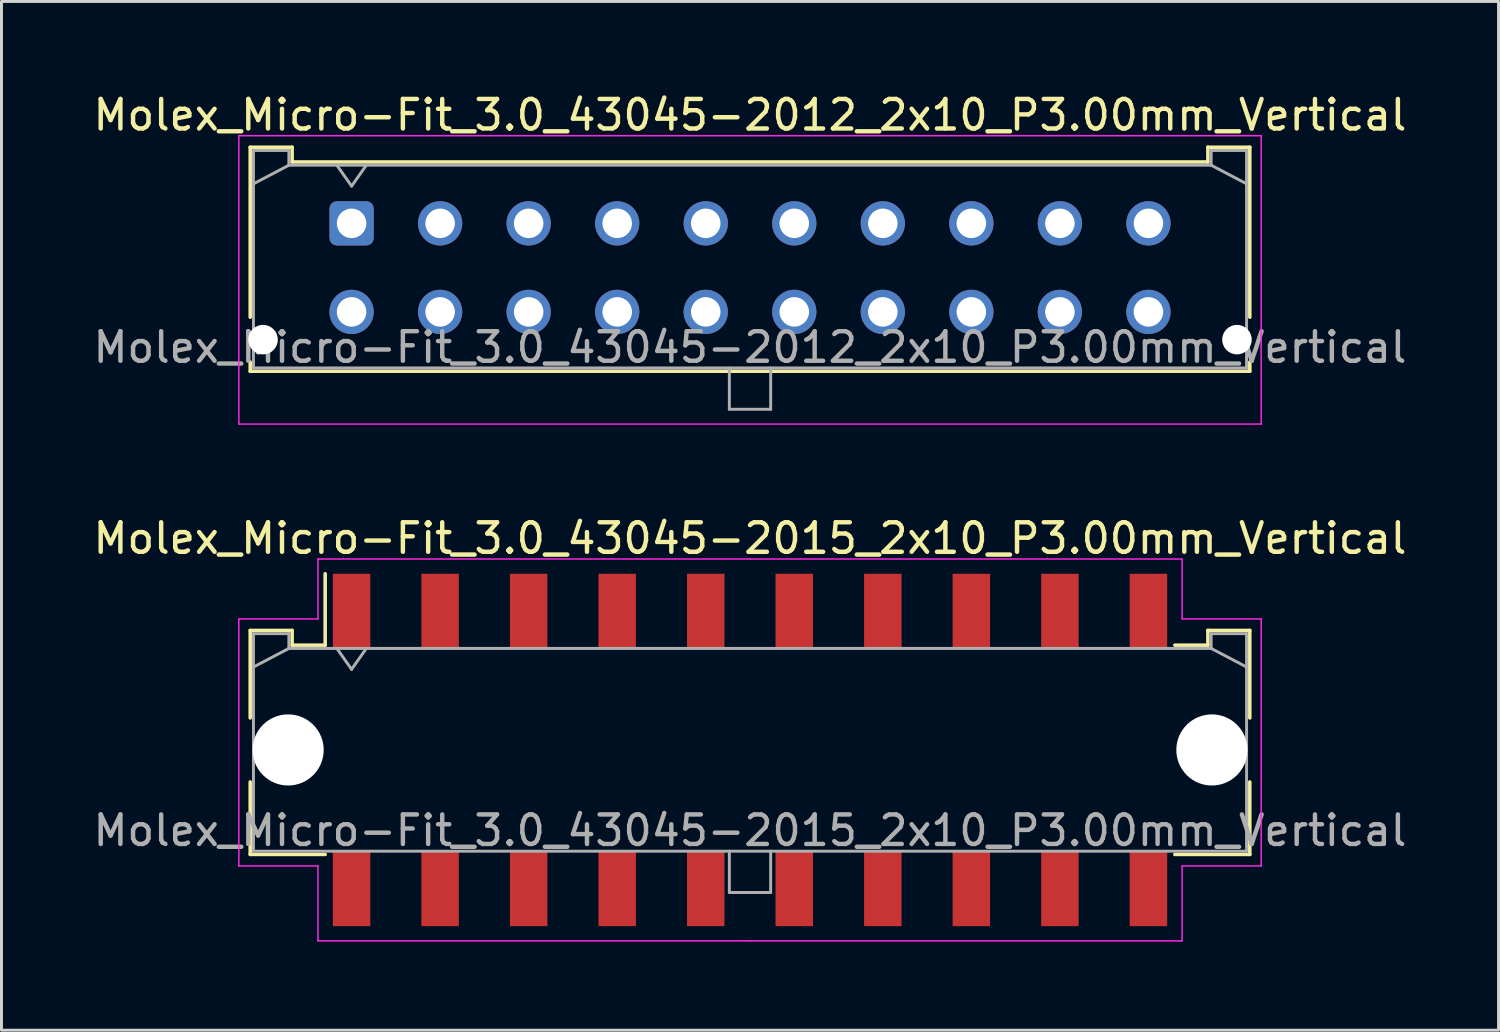
<source format=kicad_pcb>
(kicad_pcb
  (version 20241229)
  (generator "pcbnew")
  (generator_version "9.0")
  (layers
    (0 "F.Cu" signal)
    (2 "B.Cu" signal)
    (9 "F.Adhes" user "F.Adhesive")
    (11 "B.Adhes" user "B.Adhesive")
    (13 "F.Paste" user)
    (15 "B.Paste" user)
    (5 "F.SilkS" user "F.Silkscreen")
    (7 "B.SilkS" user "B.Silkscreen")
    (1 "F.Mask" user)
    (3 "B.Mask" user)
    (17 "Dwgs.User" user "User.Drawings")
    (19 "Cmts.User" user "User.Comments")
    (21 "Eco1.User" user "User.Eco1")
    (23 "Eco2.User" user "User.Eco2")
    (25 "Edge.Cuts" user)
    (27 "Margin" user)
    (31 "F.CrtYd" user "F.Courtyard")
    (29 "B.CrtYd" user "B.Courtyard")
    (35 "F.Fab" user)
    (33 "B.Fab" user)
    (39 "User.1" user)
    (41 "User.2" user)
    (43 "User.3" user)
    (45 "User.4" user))
  (footprint "Molex_Micro-Fit_3.0_43045-2015_2x10_P3.00mm_Vertical"
    (layer "F.Cu")
    (at 22.363 22.361)
    (property "Reference" "Molex_Micro-Fit_3.0_43045-2015_2x10_P3.00mm_Vertical" (at 0 -7.17 0) (layer "F.SilkS") (effects (font (size 1 1) (thickness 0.15))))
    (attr smd)
    (fp_line (start -16.935 -4.05) (end -15.515 -4.05) (stroke (width 0.12) (type solid)) (layer "F.SilkS"))
    (fp_line (start -16.935 -1.085) (end -16.935 -4.05) (stroke (width 0.12) (type solid)) (layer "F.SilkS"))
    (fp_line (start -16.935 1.085) (end -16.935 3.54) (stroke (width 0.12) (type solid)) (layer "F.SilkS"))
    (fp_line (start -16.935 3.54) (end -14.395 3.54) (stroke (width 0.12) (type solid)) (layer "F.SilkS"))
    (fp_line (start -15.515 -4.05) (end -15.515 -3.55) (stroke (width 0.12) (type solid)) (layer "F.SilkS"))
    (fp_line (start -15.515 -3.55) (end -14.395 -3.55) (stroke (width 0.12) (type solid)) (layer "F.SilkS"))
    (fp_line (start -14.395 -3.55) (end -14.395 -5.97) (stroke (width 0.12) (type solid)) (layer "F.SilkS"))
    (fp_line (start 15.515 -4.05) (end 15.515 -3.55) (stroke (width 0.12) (type solid)) (layer "F.SilkS"))
    (fp_line (start 15.515 -3.55) (end 14.395 -3.55) (stroke (width 0.12) (type solid)) (layer "F.SilkS"))
    (fp_line (start 16.935 -4.05) (end 15.515 -4.05) (stroke (width 0.12) (type solid)) (layer "F.SilkS"))
    (fp_line (start 16.935 -1.085) (end 16.935 -4.05) (stroke (width 0.12) (type solid)) (layer "F.SilkS"))
    (fp_line (start 16.935 1.085) (end 16.935 3.54) (stroke (width 0.12) (type solid)) (layer "F.SilkS"))
    (fp_line (start 16.935 3.54) (end 14.395 3.54) (stroke (width 0.12) (type solid)) (layer "F.SilkS"))
    (fp_line (start -17.32 -4.44) (end -17.32 3.93) (stroke (width 0.05) (type solid)) (layer "F.CrtYd"))
    (fp_line (start -17.32 3.93) (end -14.64 3.93) (stroke (width 0.05) (type solid)) (layer "F.CrtYd"))
    (fp_line (start -14.64 -6.47) (end -14.64 -4.44) (stroke (width 0.05) (type solid)) (layer "F.CrtYd"))
    (fp_line (start -14.64 -4.44) (end -17.32 -4.44) (stroke (width 0.05) (type solid)) (layer "F.CrtYd"))
    (fp_line (start -14.64 3.93) (end -14.64 6.47) (stroke (width 0.05) (type solid)) (layer "F.CrtYd"))
    (fp_line (start -14.64 6.47) (end 0 6.47) (stroke (width 0.05) (type solid)) (layer "F.CrtYd"))
    (fp_line (start 0 -6.47) (end -14.64 -6.47) (stroke (width 0.05) (type solid)) (layer "F.CrtYd"))
    (fp_line (start 0 -6.47) (end 14.64 -6.47) (stroke (width 0.05) (type solid)) (layer "F.CrtYd"))
    (fp_line (start 14.64 -6.47) (end 14.64 -4.44) (stroke (width 0.05) (type solid)) (layer "F.CrtYd"))
    (fp_line (start 14.64 -4.44) (end 17.32 -4.44) (stroke (width 0.05) (type solid)) (layer "F.CrtYd"))
    (fp_line (start 14.64 3.93) (end 14.64 6.47) (stroke (width 0.05) (type solid)) (layer "F.CrtYd"))
    (fp_line (start 14.64 6.47) (end 0 6.47) (stroke (width 0.05) (type solid)) (layer "F.CrtYd"))
    (fp_line (start 17.32 -4.44) (end 17.32 3.93) (stroke (width 0.05) (type solid)) (layer "F.CrtYd"))
    (fp_line (start 17.32 3.93) (end 14.64 3.93) (stroke (width 0.05) (type solid)) (layer "F.CrtYd"))
    (fp_line (start -16.825 -3.94) (end -16.825 3.43) (stroke (width 0.1) (type solid)) (layer "F.Fab"))
    (fp_line (start -16.825 -2.81) (end -15.625 -3.44) (stroke (width 0.1) (type solid)) (layer "F.Fab"))
    (fp_line (start -16.825 3.43) (end 16.825 3.43) (stroke (width 0.1) (type solid)) (layer "F.Fab"))
    (fp_line (start -15.625 -3.94) (end -16.825 -3.94) (stroke (width 0.1) (type solid)) (layer "F.Fab"))
    (fp_line (start -15.625 -3.44) (end -15.625 -3.94) (stroke (width 0.1) (type solid)) (layer "F.Fab"))
    (fp_line (start -14 -3.44) (end -13.5 -2.733) (stroke (width 0.1) (type solid)) (layer "F.Fab"))
    (fp_line (start -13.5 -2.733) (end -13 -3.44) (stroke (width 0.1) (type solid)) (layer "F.Fab"))
    (fp_line (start -0.7 3.43) (end -0.7 4.83) (stroke (width 0.1) (type solid)) (layer "F.Fab"))
    (fp_line (start -0.7 4.83) (end 0.7 4.83) (stroke (width 0.1) (type solid)) (layer "F.Fab"))
    (fp_line (start 0.7 4.83) (end 0.7 3.43) (stroke (width 0.1) (type solid)) (layer "F.Fab"))
    (fp_line (start 15.625 -3.94) (end 15.625 -3.44) (stroke (width 0.1) (type solid)) (layer "F.Fab"))
    (fp_line (start 15.625 -3.44) (end -15.625 -3.44) (stroke (width 0.1) (type solid)) (layer "F.Fab"))
    (fp_line (start 16.825 -3.94) (end 15.625 -3.94) (stroke (width 0.1) (type solid)) (layer "F.Fab"))
    (fp_line (start 16.825 -2.81) (end 15.625 -3.44) (stroke (width 0.1) (type solid)) (layer "F.Fab"))
    (fp_line (start 16.825 3.43) (end 16.825 -3.94) (stroke (width 0.1) (type solid)) (layer "F.Fab"))
    (fp_text user "${REFERENCE}" (at 0 2.73 0) (layer "F.Fab") (effects (font (size 1 1) (thickness 0.15))))
    (pad "" np_thru_hole circle (at -15.65 0) (size 2.41 2.41) (drill 2.41) (layers "*.Cu" "*.Mask"))
    (pad "" np_thru_hole circle (at 15.65 0) (size 2.41 2.41) (drill 2.41) (layers "*.Cu" "*.Mask"))
    (pad "1" smd rect (at -13.5 -4.7) (size 1.27 2.54) (layers "F.Cu" "F.Mask" "F.Paste"))
    (pad "2" smd rect (at -10.5 -4.7) (size 1.27 2.54) (layers "F.Cu" "F.Mask" "F.Paste"))
    (pad "3" smd rect (at -7.5 -4.7) (size 1.27 2.54) (layers "F.Cu" "F.Mask" "F.Paste"))
    (pad "4" smd rect (at -4.5 -4.7) (size 1.27 2.54) (layers "F.Cu" "F.Mask" "F.Paste"))
    (pad "5" smd rect (at -1.5 -4.7) (size 1.27 2.54) (layers "F.Cu" "F.Mask" "F.Paste"))
    (pad "6" smd rect (at 1.5 -4.7) (size 1.27 2.54) (layers "F.Cu" "F.Mask" "F.Paste"))
    (pad "7" smd rect (at 4.5 -4.7) (size 1.27 2.54) (layers "F.Cu" "F.Mask" "F.Paste"))
    (pad "8" smd rect (at 7.5 -4.7) (size 1.27 2.54) (layers "F.Cu" "F.Mask" "F.Paste"))
    (pad "9" smd rect (at 10.5 -4.7) (size 1.27 2.54) (layers "F.Cu" "F.Mask" "F.Paste"))
    (pad "10" smd rect (at 13.5 -4.7) (size 1.27 2.54) (layers "F.Cu" "F.Mask" "F.Paste"))
    (pad "11" smd rect (at -13.5 4.7) (size 1.27 2.54) (layers "F.Cu" "F.Mask" "F.Paste"))
    (pad "12" smd rect (at -10.5 4.7) (size 1.27 2.54) (layers "F.Cu" "F.Mask" "F.Paste"))
    (pad "13" smd rect (at -7.5 4.7) (size 1.27 2.54) (layers "F.Cu" "F.Mask" "F.Paste"))
    (pad "14" smd rect (at -4.5 4.7) (size 1.27 2.54) (layers "F.Cu" "F.Mask" "F.Paste"))
    (pad "15" smd rect (at -1.5 4.7) (size 1.27 2.54) (layers "F.Cu" "F.Mask" "F.Paste"))
    (pad "16" smd rect (at 1.5 4.7) (size 1.27 2.54) (layers "F.Cu" "F.Mask" "F.Paste"))
    (pad "17" smd rect (at 4.5 4.7) (size 1.27 2.54) (layers "F.Cu" "F.Mask" "F.Paste"))
    (pad "18" smd rect (at 7.5 4.7) (size 1.27 2.54) (layers "F.Cu" "F.Mask" "F.Paste"))
    (pad "19" smd rect (at 10.5 4.7) (size 1.27 2.54) (layers "F.Cu" "F.Mask" "F.Paste"))
    (pad "20" smd rect (at 13.5 4.7) (size 1.27 2.54) (layers "F.Cu" "F.Mask" "F.Paste")))
  (footprint "Molex_Micro-Fit_3.0_43045-2012_2x10_P3.00mm_Vertical"
    (layer "F.Cu")
    (at 8.863 4.518)
    (property "Reference" "Molex_Micro-Fit_3.0_43045-2012_2x10_P3.00mm_Vertical" (at 13.5 -3.67 0) (layer "F.SilkS") (effects (font (size 1 1) (thickness 0.15))))
    (attr through_hole)
    (fp_line (start -3.435 -2.58) (end -2.015 -2.58) (stroke (width 0.12) (type solid)) (layer "F.SilkS"))
    (fp_line (start -3.435 3.18) (end -3.435 -2.58) (stroke (width 0.12) (type solid)) (layer "F.SilkS"))
    (fp_line (start -3.435 4.7) (end -3.435 5.01) (stroke (width 0.12) (type solid)) (layer "F.SilkS"))
    (fp_line (start -3.435 5.01) (end 30.435 5.01) (stroke (width 0.12) (type solid)) (layer "F.SilkS"))
    (fp_line (start -2.015 -2.58) (end -2.015 -2.08) (stroke (width 0.12) (type solid)) (layer "F.SilkS"))
    (fp_line (start -2.015 -2.08) (end 29.015 -2.08) (stroke (width 0.12) (type solid)) (layer "F.SilkS"))
    (fp_line (start 29.015 -2.58) (end 30.435 -2.58) (stroke (width 0.12) (type solid)) (layer "F.SilkS"))
    (fp_line (start 29.015 -2.08) (end 29.015 -2.58) (stroke (width 0.12) (type solid)) (layer "F.SilkS"))
    (fp_line (start 30.435 -2.58) (end 30.435 3.18) (stroke (width 0.12) (type solid)) (layer "F.SilkS"))
    (fp_line (start 30.435 5.01) (end 30.435 4.7) (stroke (width 0.12) (type solid)) (layer "F.SilkS"))
    (fp_line (start -3.82 -2.97) (end 30.82 -2.97) (stroke (width 0.05) (type solid)) (layer "F.CrtYd"))
    (fp_line (start -3.82 6.8) (end -3.82 -2.97) (stroke (width 0.05) (type solid)) (layer "F.CrtYd"))
    (fp_line (start 30.82 -2.97) (end 30.82 6.8) (stroke (width 0.05) (type solid)) (layer "F.CrtYd"))
    (fp_line (start 30.82 6.8) (end -3.82 6.8) (stroke (width 0.05) (type solid)) (layer "F.CrtYd"))
    (fp_line (start -3.325 -2.47) (end -3.325 4.9) (stroke (width 0.1) (type solid)) (layer "F.Fab"))
    (fp_line (start -3.325 -1.34) (end -2.125 -1.97) (stroke (width 0.1) (type solid)) (layer "F.Fab"))
    (fp_line (start -3.325 4.9) (end 30.325 4.9) (stroke (width 0.1) (type solid)) (layer "F.Fab"))
    (fp_line (start -2.125 -2.47) (end -3.325 -2.47) (stroke (width 0.1) (type solid)) (layer "F.Fab"))
    (fp_line (start -2.125 -1.97) (end -2.125 -2.47) (stroke (width 0.1) (type solid)) (layer "F.Fab"))
    (fp_line (start -0.5 -1.97) (end 0 -1.263) (stroke (width 0.1) (type solid)) (layer "F.Fab"))
    (fp_line (start 0 -1.263) (end 0.5 -1.97) (stroke (width 0.1) (type solid)) (layer "F.Fab"))
    (fp_line (start 12.8 4.9) (end 12.8 6.3) (stroke (width 0.1) (type solid)) (layer "F.Fab"))
    (fp_line (start 12.8 6.3) (end 14.2 6.3) (stroke (width 0.1) (type solid)) (layer "F.Fab"))
    (fp_line (start 14.2 6.3) (end 14.2 4.9) (stroke (width 0.1) (type solid)) (layer "F.Fab"))
    (fp_line (start 29.125 -2.47) (end 29.125 -1.97) (stroke (width 0.1) (type solid)) (layer "F.Fab"))
    (fp_line (start 29.125 -1.97) (end -2.125 -1.97) (stroke (width 0.1) (type solid)) (layer "F.Fab"))
    (fp_line (start 30.325 -2.47) (end 29.125 -2.47) (stroke (width 0.1) (type solid)) (layer "F.Fab"))
    (fp_line (start 30.325 -1.34) (end 29.125 -1.97) (stroke (width 0.1) (type solid)) (layer "F.Fab"))
    (fp_line (start 30.325 4.9) (end 30.325 -2.47) (stroke (width 0.1) (type solid)) (layer "F.Fab"))
    (fp_text user "${REFERENCE}" (at 13.5 4.2 0) (layer "F.Fab") (effects (font (size 1 1) (thickness 0.15))))
    (pad "" np_thru_hole circle (at -3 3.94) (size 1 1) (drill 1) (layers "*.Cu" "*.Mask"))
    (pad "" np_thru_hole circle (at 30 3.94) (size 1 1) (drill 1) (layers "*.Cu" "*.Mask"))
    (pad "1" thru_hole roundrect (at 0 0) (size 1.5 1.5) (drill 1) (layers "*.Cu" "*.Mask") (roundrect_rratio 0.167))
    (pad "2" thru_hole circle (at 3 0) (size 1.5 1.5) (drill 1) (layers "*.Cu" "*.Mask"))
    (pad "3" thru_hole circle (at 6 0) (size 1.5 1.5) (drill 1) (layers "*.Cu" "*.Mask"))
    (pad "4" thru_hole circle (at 9 0) (size 1.5 1.5) (drill 1) (layers "*.Cu" "*.Mask"))
    (pad "5" thru_hole circle (at 12 0) (size 1.5 1.5) (drill 1) (layers "*.Cu" "*.Mask"))
    (pad "6" thru_hole circle (at 15 0) (size 1.5 1.5) (drill 1) (layers "*.Cu" "*.Mask"))
    (pad "7" thru_hole circle (at 18 0) (size 1.5 1.5) (drill 1) (layers "*.Cu" "*.Mask"))
    (pad "8" thru_hole circle (at 21 0) (size 1.5 1.5) (drill 1) (layers "*.Cu" "*.Mask"))
    (pad "9" thru_hole circle (at 24 0) (size 1.5 1.5) (drill 1) (layers "*.Cu" "*.Mask"))
    (pad "10" thru_hole circle (at 27 0) (size 1.5 1.5) (drill 1) (layers "*.Cu" "*.Mask"))
    (pad "11" thru_hole circle (at 0 3) (size 1.5 1.5) (drill 1) (layers "*.Cu" "*.Mask"))
    (pad "12" thru_hole circle (at 3 3) (size 1.5 1.5) (drill 1) (layers "*.Cu" "*.Mask"))
    (pad "13" thru_hole circle (at 6 3) (size 1.5 1.5) (drill 1) (layers "*.Cu" "*.Mask"))
    (pad "14" thru_hole circle (at 9 3) (size 1.5 1.5) (drill 1) (layers "*.Cu" "*.Mask"))
    (pad "15" thru_hole circle (at 12 3) (size 1.5 1.5) (drill 1) (layers "*.Cu" "*.Mask"))
    (pad "16" thru_hole circle (at 15 3) (size 1.5 1.5) (drill 1) (layers "*.Cu" "*.Mask"))
    (pad "17" thru_hole circle (at 18 3) (size 1.5 1.5) (drill 1) (layers "*.Cu" "*.Mask"))
    (pad "18" thru_hole circle (at 21 3) (size 1.5 1.5) (drill 1) (layers "*.Cu" "*.Mask"))
    (pad "19" thru_hole circle (at 24 3) (size 1.5 1.5) (drill 1) (layers "*.Cu" "*.Mask"))
    (pad "20" thru_hole circle (at 27 3) (size 1.5 1.5) (drill 1) (layers "*.Cu" "*.Mask")))
  (gr_rect
    (start -3 -3)
    (end 47.726 31.857)
    (stroke (width 0.1) (type default))
    (fill no)
    (layer "Edge.Cuts")))
</source>
